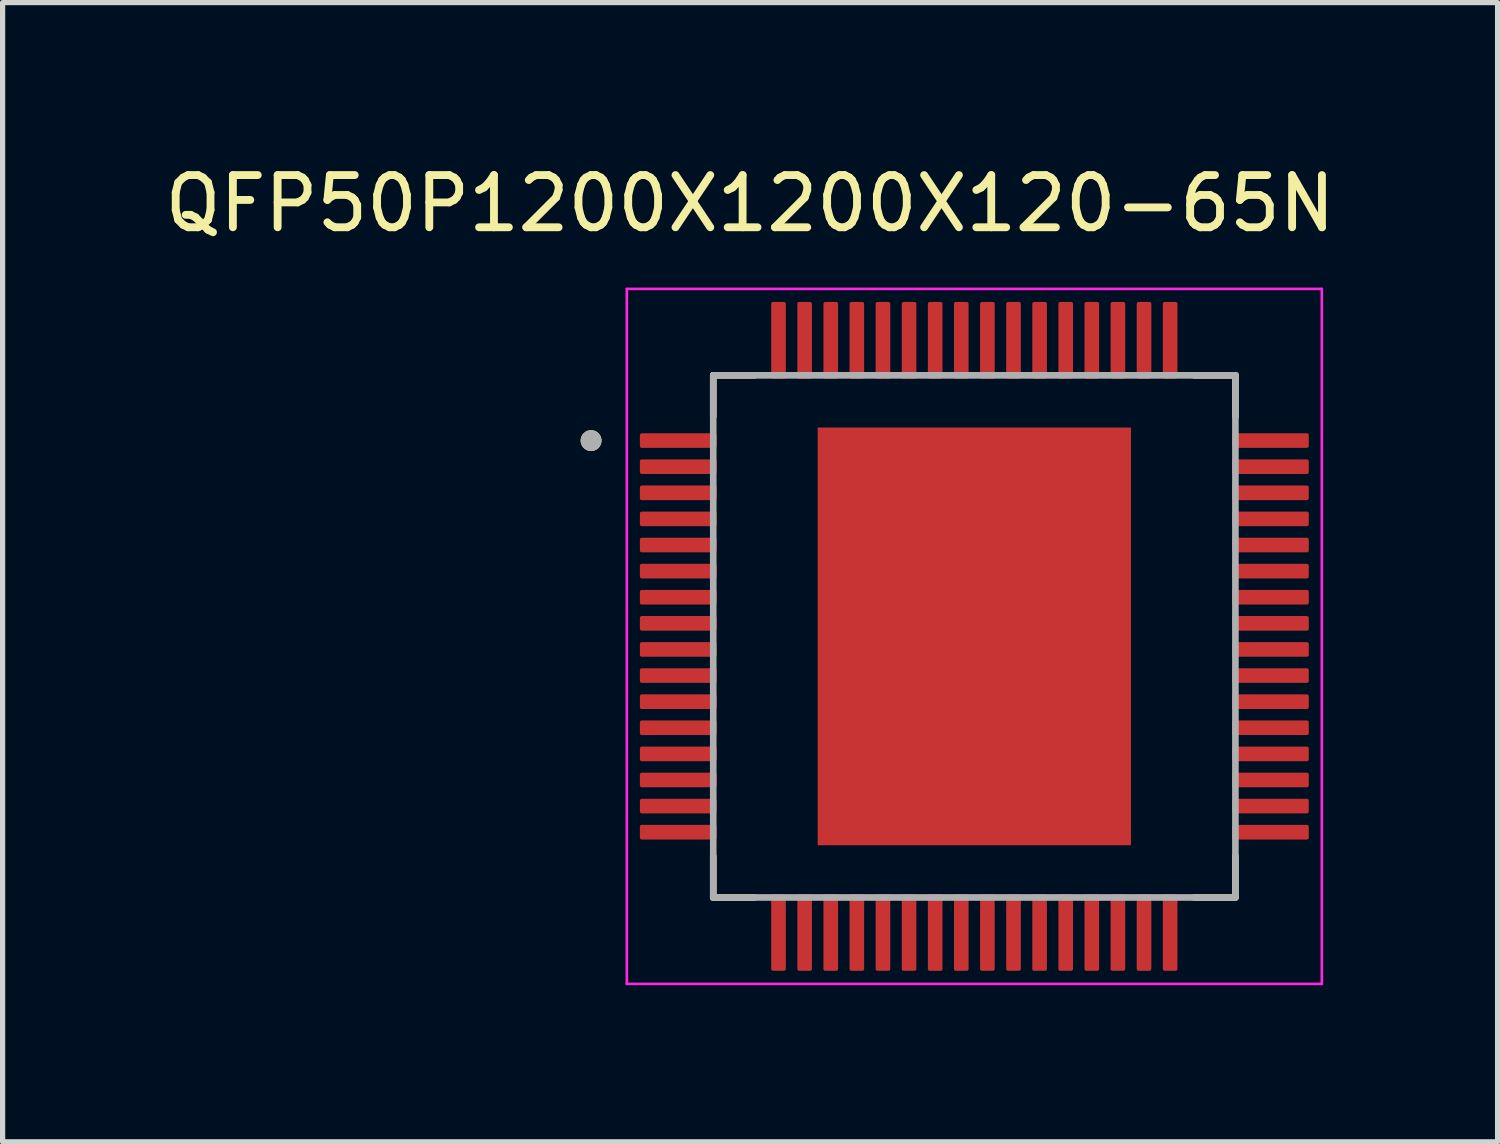
<source format=kicad_pcb>
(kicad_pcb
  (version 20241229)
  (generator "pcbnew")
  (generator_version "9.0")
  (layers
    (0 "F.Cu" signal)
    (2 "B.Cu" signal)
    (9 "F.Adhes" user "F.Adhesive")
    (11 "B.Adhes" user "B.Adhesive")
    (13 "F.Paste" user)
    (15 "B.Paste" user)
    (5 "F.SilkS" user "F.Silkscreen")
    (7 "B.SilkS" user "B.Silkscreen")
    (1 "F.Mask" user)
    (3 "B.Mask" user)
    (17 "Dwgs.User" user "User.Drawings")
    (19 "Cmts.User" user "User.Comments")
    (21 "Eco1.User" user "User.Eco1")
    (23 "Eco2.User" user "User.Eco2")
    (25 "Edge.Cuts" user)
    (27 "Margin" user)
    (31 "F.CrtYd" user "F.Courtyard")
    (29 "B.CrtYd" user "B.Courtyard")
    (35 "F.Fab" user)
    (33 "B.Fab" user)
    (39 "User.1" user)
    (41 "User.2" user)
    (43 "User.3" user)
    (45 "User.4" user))
  (footprint "QFP50P1200X1200X120-65N"
    (layer "F.Cu")
    (at 15.61 9.138)
    (property "Reference" "QFP50P1200X1200X120-65N" (at -4.295 -8.29 0) (layer "F.SilkS") (effects (font (size 1 1) (thickness 0.15))))
    (attr smd)
    (fp_line (start -5 -5) (end -5 -4.21) (stroke (width 0.127) (type solid)) (layer "F.SilkS"))
    (fp_line (start -5 -5) (end -4.21 -5) (stroke (width 0.127) (type solid)) (layer "F.SilkS"))
    (fp_line (start -5 5) (end -5 4.21) (stroke (width 0.127) (type solid)) (layer "F.SilkS"))
    (fp_line (start -5 5) (end -4.21 5) (stroke (width 0.127) (type solid)) (layer "F.SilkS"))
    (fp_line (start 5 -5) (end 4.21 -5) (stroke (width 0.127) (type solid)) (layer "F.SilkS"))
    (fp_line (start 5 -5) (end 5 -4.21) (stroke (width 0.127) (type solid)) (layer "F.SilkS"))
    (fp_line (start 5 5) (end 4.21 5) (stroke (width 0.127) (type solid)) (layer "F.SilkS"))
    (fp_line (start 5 5) (end 5 4.21) (stroke (width 0.127) (type solid)) (layer "F.SilkS"))
    (fp_circle (center -7.34 -3.75) (end -7.24 -3.75) (stroke (width 0.2) (type solid)) (fill no) (layer "F.SilkS"))
    (fp_poly (pts (xy -2.63 -3.505) (xy -1.37 -3.505) (xy -1.37 -1.825) (xy -2.63 -1.825)) (stroke (width 0.01) (type solid)) (fill yes) (layer "F.Paste"))
    (fp_poly (pts (xy -2.63 -0.835) (xy -1.37 -0.835) (xy -1.37 0.845) (xy -2.63 0.845)) (stroke (width 0.01) (type solid)) (fill yes) (layer "F.Paste"))
    (fp_poly (pts (xy -2.63 1.835) (xy -1.37 1.835) (xy -1.37 3.515) (xy -2.63 3.515)) (stroke (width 0.01) (type solid)) (fill yes) (layer "F.Paste"))
    (fp_poly (pts (xy -0.63 -3.505) (xy 0.63 -3.505) (xy 0.63 -1.825) (xy -0.63 -1.825)) (stroke (width 0.01) (type solid)) (fill yes) (layer "F.Paste"))
    (fp_poly (pts (xy -0.63 -0.835) (xy 0.63 -0.835) (xy 0.63 0.845) (xy -0.63 0.845)) (stroke (width 0.01) (type solid)) (fill yes) (layer "F.Paste"))
    (fp_poly (pts (xy -0.63 1.835) (xy 0.63 1.835) (xy 0.63 3.515) (xy -0.63 3.515)) (stroke (width 0.01) (type solid)) (fill yes) (layer "F.Paste"))
    (fp_poly (pts (xy 1.37 -3.505) (xy 2.63 -3.505) (xy 2.63 -1.825) (xy 1.37 -1.825)) (stroke (width 0.01) (type solid)) (fill yes) (layer "F.Paste"))
    (fp_poly (pts (xy 1.37 -0.835) (xy 2.63 -0.835) (xy 2.63 0.845) (xy 1.37 0.845)) (stroke (width 0.01) (type solid)) (fill yes) (layer "F.Paste"))
    (fp_poly (pts (xy 1.37 1.835) (xy 2.63 1.835) (xy 2.63 3.515) (xy 1.37 3.515)) (stroke (width 0.01) (type solid)) (fill yes) (layer "F.Paste"))
    (fp_line (start -6.655 -6.655) (end 6.655 -6.655) (stroke (width 0.05) (type solid)) (layer "F.CrtYd"))
    (fp_line (start -6.655 6.655) (end -6.655 -6.655) (stroke (width 0.05) (type solid)) (layer "F.CrtYd"))
    (fp_line (start -6.655 6.655) (end 6.655 6.655) (stroke (width 0.05) (type solid)) (layer "F.CrtYd"))
    (fp_line (start 6.655 6.655) (end 6.655 -6.655) (stroke (width 0.05) (type solid)) (layer "F.CrtYd"))
    (fp_line (start -5 5) (end -5 -5) (stroke (width 0.127) (type solid)) (layer "F.Fab"))
    (fp_line (start 5 -5) (end -5 -5) (stroke (width 0.127) (type solid)) (layer "F.Fab"))
    (fp_line (start 5 5) (end -5 5) (stroke (width 0.127) (type solid)) (layer "F.Fab"))
    (fp_line (start 5 5) (end 5 -5) (stroke (width 0.127) (type solid)) (layer "F.Fab"))
    (fp_circle (center -7.34 -3.75) (end -7.24 -3.75) (stroke (width 0.2) (type solid)) (fill no) (layer "F.Fab"))
    (pad "1" smd roundrect (at -5.67 -3.75) (size 1.47 0.28) (layers "F.Cu" "F.Mask" "F.Paste") (roundrect_rratio 0.125))
    (pad "2" smd roundrect (at -5.67 -3.25) (size 1.47 0.28) (layers "F.Cu" "F.Mask" "F.Paste") (roundrect_rratio 0.125))
    (pad "3" smd roundrect (at -5.67 -2.75) (size 1.47 0.28) (layers "F.Cu" "F.Mask" "F.Paste") (roundrect_rratio 0.125))
    (pad "4" smd roundrect (at -5.67 -2.25) (size 1.47 0.28) (layers "F.Cu" "F.Mask" "F.Paste") (roundrect_rratio 0.125))
    (pad "5" smd roundrect (at -5.67 -1.75) (size 1.47 0.28) (layers "F.Cu" "F.Mask" "F.Paste") (roundrect_rratio 0.125))
    (pad "6" smd roundrect (at -5.67 -1.25) (size 1.47 0.28) (layers "F.Cu" "F.Mask" "F.Paste") (roundrect_rratio 0.125))
    (pad "7" smd roundrect (at -5.67 -0.75) (size 1.47 0.28) (layers "F.Cu" "F.Mask" "F.Paste") (roundrect_rratio 0.125))
    (pad "8" smd roundrect (at -5.67 -0.25) (size 1.47 0.28) (layers "F.Cu" "F.Mask" "F.Paste") (roundrect_rratio 0.125))
    (pad "9" smd roundrect (at -5.67 0.25) (size 1.47 0.28) (layers "F.Cu" "F.Mask" "F.Paste") (roundrect_rratio 0.125))
    (pad "10" smd roundrect (at -5.67 0.75) (size 1.47 0.28) (layers "F.Cu" "F.Mask" "F.Paste") (roundrect_rratio 0.125))
    (pad "11" smd roundrect (at -5.67 1.25) (size 1.47 0.28) (layers "F.Cu" "F.Mask" "F.Paste") (roundrect_rratio 0.125))
    (pad "12" smd roundrect (at -5.67 1.75) (size 1.47 0.28) (layers "F.Cu" "F.Mask" "F.Paste") (roundrect_rratio 0.125))
    (pad "13" smd roundrect (at -5.67 2.25) (size 1.47 0.28) (layers "F.Cu" "F.Mask" "F.Paste") (roundrect_rratio 0.125))
    (pad "14" smd roundrect (at -5.67 2.75) (size 1.47 0.28) (layers "F.Cu" "F.Mask" "F.Paste") (roundrect_rratio 0.125))
    (pad "15" smd roundrect (at -5.67 3.25) (size 1.47 0.28) (layers "F.Cu" "F.Mask" "F.Paste") (roundrect_rratio 0.125))
    (pad "16" smd roundrect (at -5.67 3.75) (size 1.47 0.28) (layers "F.Cu" "F.Mask" "F.Paste") (roundrect_rratio 0.125))
    (pad "17" smd roundrect (at -3.75 5.67) (size 0.28 1.47) (layers "F.Cu" "F.Mask" "F.Paste") (roundrect_rratio 0.125))
    (pad "18" smd roundrect (at -3.25 5.67) (size 0.28 1.47) (layers "F.Cu" "F.Mask" "F.Paste") (roundrect_rratio 0.125))
    (pad "19" smd roundrect (at -2.75 5.67) (size 0.28 1.47) (layers "F.Cu" "F.Mask" "F.Paste") (roundrect_rratio 0.125))
    (pad "20" smd roundrect (at -2.25 5.67) (size 0.28 1.47) (layers "F.Cu" "F.Mask" "F.Paste") (roundrect_rratio 0.125))
    (pad "21" smd roundrect (at -1.75 5.67) (size 0.28 1.47) (layers "F.Cu" "F.Mask" "F.Paste") (roundrect_rratio 0.125))
    (pad "22" smd roundrect (at -1.25 5.67) (size 0.28 1.47) (layers "F.Cu" "F.Mask" "F.Paste") (roundrect_rratio 0.125))
    (pad "23" smd roundrect (at -0.75 5.67) (size 0.28 1.47) (layers "F.Cu" "F.Mask" "F.Paste") (roundrect_rratio 0.125))
    (pad "24" smd roundrect (at -0.25 5.67) (size 0.28 1.47) (layers "F.Cu" "F.Mask" "F.Paste") (roundrect_rratio 0.125))
    (pad "25" smd roundrect (at 0.25 5.67) (size 0.28 1.47) (layers "F.Cu" "F.Mask" "F.Paste") (roundrect_rratio 0.125))
    (pad "26" smd roundrect (at 0.75 5.67) (size 0.28 1.47) (layers "F.Cu" "F.Mask" "F.Paste") (roundrect_rratio 0.125))
    (pad "27" smd roundrect (at 1.25 5.67) (size 0.28 1.47) (layers "F.Cu" "F.Mask" "F.Paste") (roundrect_rratio 0.125))
    (pad "28" smd roundrect (at 1.75 5.67) (size 0.28 1.47) (layers "F.Cu" "F.Mask" "F.Paste") (roundrect_rratio 0.125))
    (pad "29" smd roundrect (at 2.25 5.67) (size 0.28 1.47) (layers "F.Cu" "F.Mask" "F.Paste") (roundrect_rratio 0.125))
    (pad "30" smd roundrect (at 2.75 5.67) (size 0.28 1.47) (layers "F.Cu" "F.Mask" "F.Paste") (roundrect_rratio 0.125))
    (pad "31" smd roundrect (at 3.25 5.67) (size 0.28 1.47) (layers "F.Cu" "F.Mask" "F.Paste") (roundrect_rratio 0.125))
    (pad "32" smd roundrect (at 3.75 5.67) (size 0.28 1.47) (layers "F.Cu" "F.Mask" "F.Paste") (roundrect_rratio 0.125))
    (pad "33" smd roundrect (at 5.67 3.75) (size 1.47 0.28) (layers "F.Cu" "F.Mask" "F.Paste") (roundrect_rratio 0.125))
    (pad "34" smd roundrect (at 5.67 3.25) (size 1.47 0.28) (layers "F.Cu" "F.Mask" "F.Paste") (roundrect_rratio 0.125))
    (pad "35" smd roundrect (at 5.67 2.75) (size 1.47 0.28) (layers "F.Cu" "F.Mask" "F.Paste") (roundrect_rratio 0.125))
    (pad "36" smd roundrect (at 5.67 2.25) (size 1.47 0.28) (layers "F.Cu" "F.Mask" "F.Paste") (roundrect_rratio 0.125))
    (pad "37" smd roundrect (at 5.67 1.75) (size 1.47 0.28) (layers "F.Cu" "F.Mask" "F.Paste") (roundrect_rratio 0.125))
    (pad "38" smd roundrect (at 5.67 1.25) (size 1.47 0.28) (layers "F.Cu" "F.Mask" "F.Paste") (roundrect_rratio 0.125))
    (pad "39" smd roundrect (at 5.67 0.75) (size 1.47 0.28) (layers "F.Cu" "F.Mask" "F.Paste") (roundrect_rratio 0.125))
    (pad "40" smd roundrect (at 5.67 0.25) (size 1.47 0.28) (layers "F.Cu" "F.Mask" "F.Paste") (roundrect_rratio 0.125))
    (pad "41" smd roundrect (at 5.67 -0.25) (size 1.47 0.28) (layers "F.Cu" "F.Mask" "F.Paste") (roundrect_rratio 0.125))
    (pad "42" smd roundrect (at 5.67 -0.75) (size 1.47 0.28) (layers "F.Cu" "F.Mask" "F.Paste") (roundrect_rratio 0.125))
    (pad "43" smd roundrect (at 5.67 -1.25) (size 1.47 0.28) (layers "F.Cu" "F.Mask" "F.Paste") (roundrect_rratio 0.125))
    (pad "44" smd roundrect (at 5.67 -1.75) (size 1.47 0.28) (layers "F.Cu" "F.Mask" "F.Paste") (roundrect_rratio 0.125))
    (pad "45" smd roundrect (at 5.67 -2.25) (size 1.47 0.28) (layers "F.Cu" "F.Mask" "F.Paste") (roundrect_rratio 0.125))
    (pad "46" smd roundrect (at 5.67 -2.75) (size 1.47 0.28) (layers "F.Cu" "F.Mask" "F.Paste") (roundrect_rratio 0.125))
    (pad "47" smd roundrect (at 5.67 -3.25) (size 1.47 0.28) (layers "F.Cu" "F.Mask" "F.Paste") (roundrect_rratio 0.125))
    (pad "48" smd roundrect (at 5.67 -3.75) (size 1.47 0.28) (layers "F.Cu" "F.Mask" "F.Paste") (roundrect_rratio 0.125))
    (pad "49" smd roundrect (at 3.75 -5.67) (size 0.28 1.47) (layers "F.Cu" "F.Mask" "F.Paste") (roundrect_rratio 0.125))
    (pad "50" smd roundrect (at 3.25 -5.67) (size 0.28 1.47) (layers "F.Cu" "F.Mask" "F.Paste") (roundrect_rratio 0.125))
    (pad "51" smd roundrect (at 2.75 -5.67) (size 0.28 1.47) (layers "F.Cu" "F.Mask" "F.Paste") (roundrect_rratio 0.125))
    (pad "52" smd roundrect (at 2.25 -5.67) (size 0.28 1.47) (layers "F.Cu" "F.Mask" "F.Paste") (roundrect_rratio 0.125))
    (pad "53" smd roundrect (at 1.75 -5.67) (size 0.28 1.47) (layers "F.Cu" "F.Mask" "F.Paste") (roundrect_rratio 0.125))
    (pad "54" smd roundrect (at 1.25 -5.67) (size 0.28 1.47) (layers "F.Cu" "F.Mask" "F.Paste") (roundrect_rratio 0.125))
    (pad "55" smd roundrect (at 0.75 -5.67) (size 0.28 1.47) (layers "F.Cu" "F.Mask" "F.Paste") (roundrect_rratio 0.125))
    (pad "56" smd roundrect (at 0.25 -5.67) (size 0.28 1.47) (layers "F.Cu" "F.Mask" "F.Paste") (roundrect_rratio 0.125))
    (pad "57" smd roundrect (at -0.25 -5.67) (size 0.28 1.47) (layers "F.Cu" "F.Mask" "F.Paste") (roundrect_rratio 0.125))
    (pad "58" smd roundrect (at -0.75 -5.67) (size 0.28 1.47) (layers "F.Cu" "F.Mask" "F.Paste") (roundrect_rratio 0.125))
    (pad "59" smd roundrect (at -1.25 -5.67) (size 0.28 1.47) (layers "F.Cu" "F.Mask" "F.Paste") (roundrect_rratio 0.125))
    (pad "60" smd roundrect (at -1.75 -5.67) (size 0.28 1.47) (layers "F.Cu" "F.Mask" "F.Paste") (roundrect_rratio 0.125))
    (pad "61" smd roundrect (at -2.25 -5.67) (size 0.28 1.47) (layers "F.Cu" "F.Mask" "F.Paste") (roundrect_rratio 0.125))
    (pad "62" smd roundrect (at -2.75 -5.67) (size 0.28 1.47) (layers "F.Cu" "F.Mask" "F.Paste") (roundrect_rratio 0.125))
    (pad "63" smd roundrect (at -3.25 -5.67) (size 0.28 1.47) (layers "F.Cu" "F.Mask" "F.Paste") (roundrect_rratio 0.125))
    (pad "64" smd roundrect (at -3.75 -5.67) (size 0.28 1.47) (layers "F.Cu" "F.Mask" "F.Paste") (roundrect_rratio 0.125))
    (pad "65" smd rect (at 0 0) (size 6 8) (layers "F.Cu" "F.Mask")))
  (gr_rect
    (start -3 -3)
    (end 25.631 18.818)
    (stroke (width 0.1) (type default))
    (fill no)
    (layer "Edge.Cuts")))
</source>
